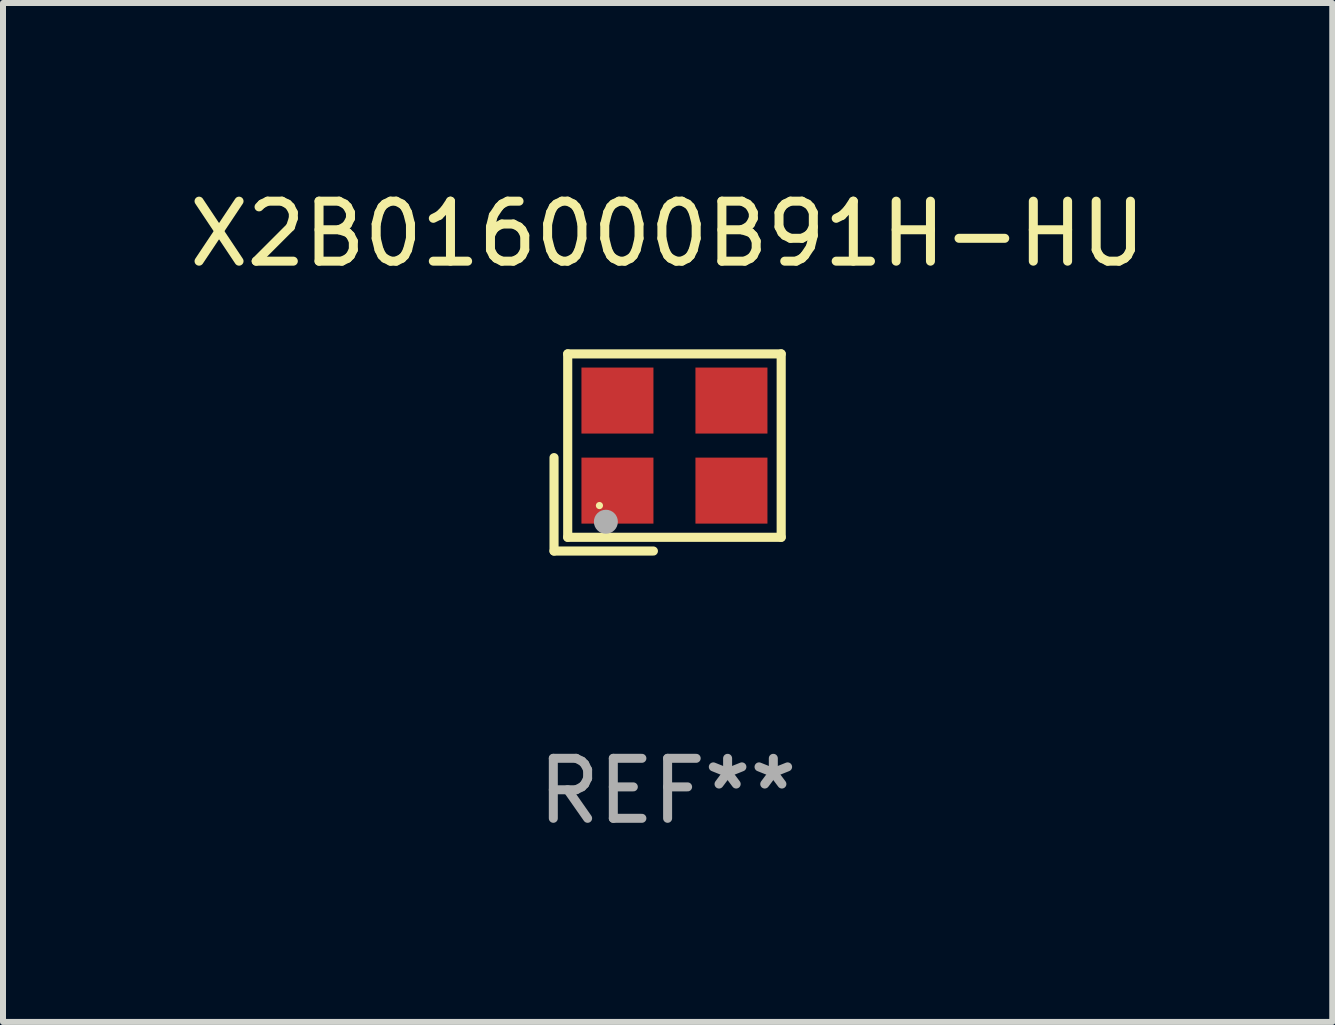
<source format=kicad_pcb>
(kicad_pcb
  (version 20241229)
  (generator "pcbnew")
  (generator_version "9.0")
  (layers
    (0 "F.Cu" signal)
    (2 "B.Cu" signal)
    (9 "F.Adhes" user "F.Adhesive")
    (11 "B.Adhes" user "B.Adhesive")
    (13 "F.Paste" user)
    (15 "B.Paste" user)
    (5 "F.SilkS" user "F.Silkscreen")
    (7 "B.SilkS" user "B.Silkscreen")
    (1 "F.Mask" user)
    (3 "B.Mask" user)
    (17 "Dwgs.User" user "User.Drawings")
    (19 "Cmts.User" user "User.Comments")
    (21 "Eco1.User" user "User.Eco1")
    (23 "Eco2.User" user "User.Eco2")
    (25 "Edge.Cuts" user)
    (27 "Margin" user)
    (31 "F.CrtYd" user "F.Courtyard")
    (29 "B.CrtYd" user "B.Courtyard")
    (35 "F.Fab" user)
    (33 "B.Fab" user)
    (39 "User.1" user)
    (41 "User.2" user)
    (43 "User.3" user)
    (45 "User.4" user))
  (footprint "X2B016000B91H-HU"
    (layer "F.Cu")
    (at 8.077 4.491)
    (property "Reference" "X2B016000B91H-HU" (at 0 -3.643 0) (layer "F.SilkS") (effects (font (size 1 1) (thickness 0.15))))
    (attr through_hole)
    (fp_line (start -1.893 0.086) (end -1.893 1.643) (stroke (width 0.152) (type solid)) (layer "F.SilkS"))
    (fp_line (start -1.893 1.643) (end -0.237 1.643) (stroke (width 0.152) (type solid)) (layer "F.SilkS"))
    (fp_line (start -1.665 -1.643) (end 1.893 -1.643) (stroke (width 0.152) (type solid)) (layer "F.SilkS"))
    (fp_line (start -1.665 1.414) (end -1.665 -1.643) (stroke (width 0.152) (type solid)) (layer "F.SilkS"))
    (fp_line (start 1.893 -1.643) (end 1.893 1.414) (stroke (width 0.152) (type solid)) (layer "F.SilkS"))
    (fp_line (start 1.893 1.414) (end -1.665 1.414) (stroke (width 0.152) (type solid)) (layer "F.SilkS"))
    (fp_circle (center -1.136 0.885) (end -1.106 0.885) (stroke (width 0.06) (type solid)) (fill no) (layer "F.SilkS"))
    (fp_circle (center -1.029 1.155) (end -0.929 1.155) (stroke (width 0.2) (type solid)) (fill no) (layer "F.Fab"))
    (fp_text user "REF**" (at 0 5.643 0) (layer "F.Fab") (effects (font (size 1 1) (thickness 0.15))))
    (pad "1" smd rect (at -0.836 0.636) (size 1.2 1.1) (layers "F.Cu" "F.Mask" "F.Paste"))
    (pad "2" smd rect (at 1.064 0.636) (size 1.2 1.1) (layers "F.Cu" "F.Mask" "F.Paste"))
    (pad "3" smd rect (at 1.064 -0.865) (size 1.2 1.1) (layers "F.Cu" "F.Mask" "F.Paste"))
    (pad "4" smd rect (at -0.836 -0.865) (size 1.2 1.1) (layers "F.Cu" "F.Mask" "F.Paste")))
  (gr_rect
    (start -3 -3)
    (end 19.155 13.983)
    (stroke (width 0.1) (type default))
    (fill no)
    (layer "Edge.Cuts")))
</source>
